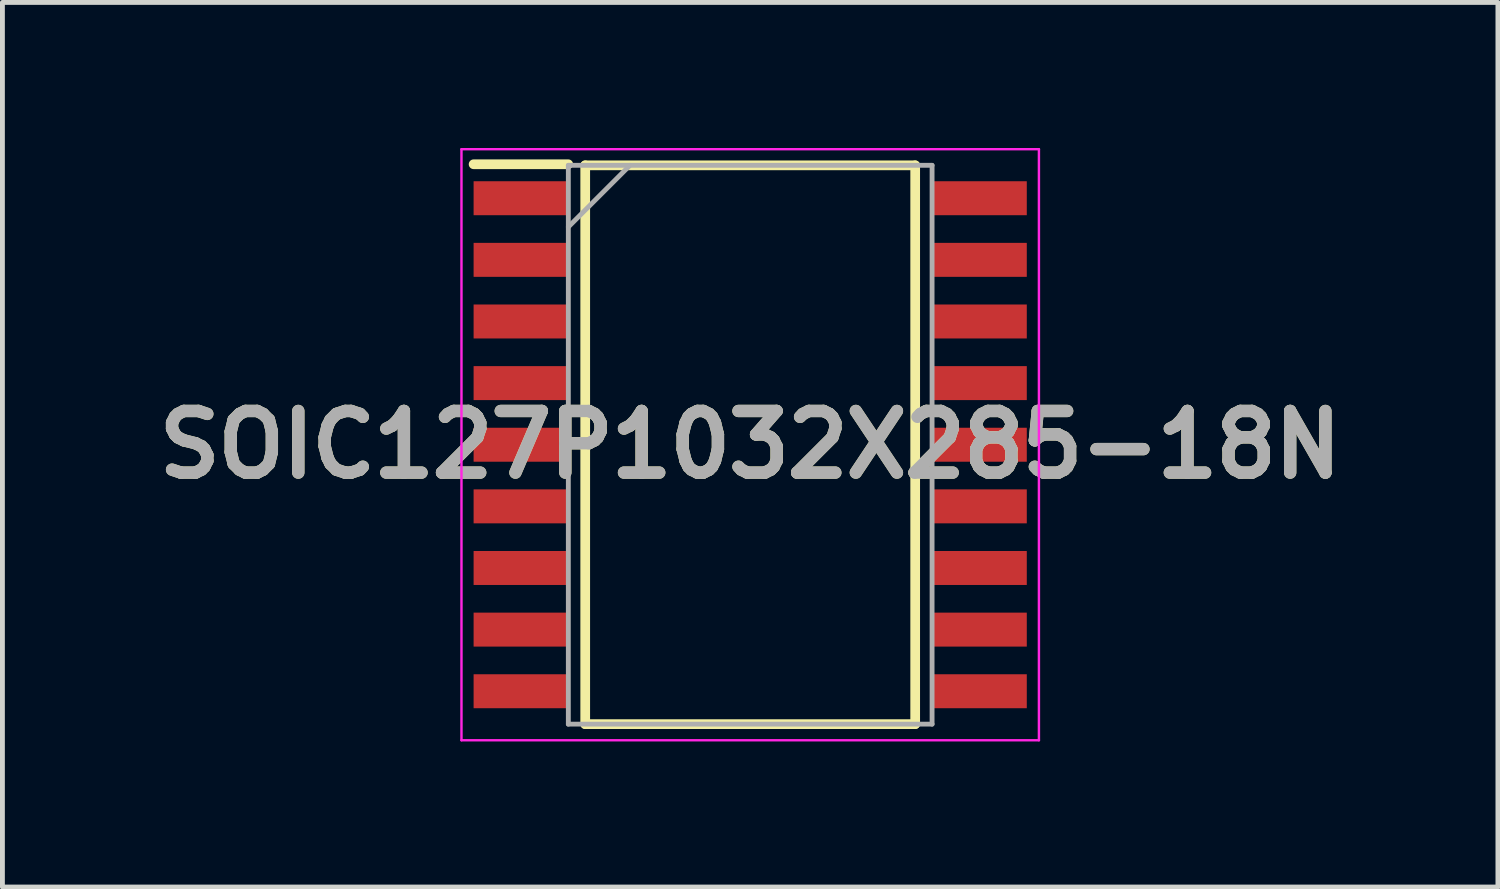
<source format=kicad_pcb>
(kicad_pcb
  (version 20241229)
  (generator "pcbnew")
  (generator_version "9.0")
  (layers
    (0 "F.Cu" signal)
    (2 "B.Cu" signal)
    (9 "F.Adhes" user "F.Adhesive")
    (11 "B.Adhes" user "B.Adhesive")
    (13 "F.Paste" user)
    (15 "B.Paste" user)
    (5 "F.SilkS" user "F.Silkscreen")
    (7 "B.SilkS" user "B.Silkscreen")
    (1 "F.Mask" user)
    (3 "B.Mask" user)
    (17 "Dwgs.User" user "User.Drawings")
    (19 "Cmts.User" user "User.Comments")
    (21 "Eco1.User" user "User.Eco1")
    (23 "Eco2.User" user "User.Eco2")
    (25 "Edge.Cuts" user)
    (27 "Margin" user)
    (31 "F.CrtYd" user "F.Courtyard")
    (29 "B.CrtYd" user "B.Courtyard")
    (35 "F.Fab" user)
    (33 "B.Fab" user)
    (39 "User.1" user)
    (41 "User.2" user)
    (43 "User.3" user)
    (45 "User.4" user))
  (footprint "SOIC127P1032X285-18N"
    (layer "F.Cu")
    (at 12.41 6.115)
    (property "Reference" "SOIC127P1032X285-18N" (at 0 0 0) (layer "F.SilkS") (effects (font (size 1.27 1.27) (thickness 0.254))))
    (attr smd)
    (fp_line (start -5.7 -5.78) (end -3.75 -5.78) (stroke (width 0.2) (type solid)) (layer "F.SilkS"))
    (fp_line (start -3.4 -5.758) (end 3.4 -5.758) (stroke (width 0.2) (type solid)) (layer "F.SilkS"))
    (fp_line (start -3.4 5.758) (end -3.4 -5.758) (stroke (width 0.2) (type solid)) (layer "F.SilkS"))
    (fp_line (start 3.4 -5.758) (end 3.4 5.758) (stroke (width 0.2) (type solid)) (layer "F.SilkS"))
    (fp_line (start 3.4 5.758) (end -3.4 5.758) (stroke (width 0.2) (type solid)) (layer "F.SilkS"))
    (fp_line (start -5.95 -6.09) (end 5.95 -6.09) (stroke (width 0.05) (type solid)) (layer "F.CrtYd"))
    (fp_line (start -5.95 6.09) (end -5.95 -6.09) (stroke (width 0.05) (type solid)) (layer "F.CrtYd"))
    (fp_line (start 5.95 -6.09) (end 5.95 6.09) (stroke (width 0.05) (type solid)) (layer "F.CrtYd"))
    (fp_line (start 5.95 6.09) (end -5.95 6.09) (stroke (width 0.05) (type solid)) (layer "F.CrtYd"))
    (fp_line (start -3.748 -5.758) (end 3.748 -5.758) (stroke (width 0.1) (type solid)) (layer "F.Fab"))
    (fp_line (start -3.748 -4.488) (end -2.478 -5.758) (stroke (width 0.1) (type solid)) (layer "F.Fab"))
    (fp_line (start -3.748 5.758) (end -3.748 -5.758) (stroke (width 0.1) (type solid)) (layer "F.Fab"))
    (fp_line (start 3.748 -5.758) (end 3.748 5.758) (stroke (width 0.1) (type solid)) (layer "F.Fab"))
    (fp_line (start 3.748 5.758) (end -3.748 5.758) (stroke (width 0.1) (type solid)) (layer "F.Fab"))
    (fp_text user "${REFERENCE}" (at 0 0 0) (layer "F.Fab") (effects (font (size 1.27 1.27) (thickness 0.254))))
    (pad "1" smd rect (at -4.725 -5.08 90) (size 0.7 1.95) (layers "F.Cu" "F.Mask" "F.Paste"))
    (pad "2" smd rect (at -4.725 -3.81 90) (size 0.7 1.95) (layers "F.Cu" "F.Mask" "F.Paste"))
    (pad "3" smd rect (at -4.725 -2.54 90) (size 0.7 1.95) (layers "F.Cu" "F.Mask" "F.Paste"))
    (pad "4" smd rect (at -4.725 -1.27 90) (size 0.7 1.95) (layers "F.Cu" "F.Mask" "F.Paste"))
    (pad "5" smd rect (at -4.725 0 90) (size 0.7 1.95) (layers "F.Cu" "F.Mask" "F.Paste"))
    (pad "6" smd rect (at -4.725 1.27 90) (size 0.7 1.95) (layers "F.Cu" "F.Mask" "F.Paste"))
    (pad "7" smd rect (at -4.725 2.54 90) (size 0.7 1.95) (layers "F.Cu" "F.Mask" "F.Paste"))
    (pad "8" smd rect (at -4.725 3.81 90) (size 0.7 1.95) (layers "F.Cu" "F.Mask" "F.Paste"))
    (pad "9" smd rect (at -4.725 5.08 90) (size 0.7 1.95) (layers "F.Cu" "F.Mask" "F.Paste"))
    (pad "10" smd rect (at 4.725 5.08 90) (size 0.7 1.95) (layers "F.Cu" "F.Mask" "F.Paste"))
    (pad "11" smd rect (at 4.725 3.81 90) (size 0.7 1.95) (layers "F.Cu" "F.Mask" "F.Paste"))
    (pad "12" smd rect (at 4.725 2.54 90) (size 0.7 1.95) (layers "F.Cu" "F.Mask" "F.Paste"))
    (pad "13" smd rect (at 4.725 1.27 90) (size 0.7 1.95) (layers "F.Cu" "F.Mask" "F.Paste"))
    (pad "14" smd rect (at 4.725 0 90) (size 0.7 1.95) (layers "F.Cu" "F.Mask" "F.Paste"))
    (pad "15" smd rect (at 4.725 -1.27 90) (size 0.7 1.95) (layers "F.Cu" "F.Mask" "F.Paste"))
    (pad "16" smd rect (at 4.725 -2.54 90) (size 0.7 1.95) (layers "F.Cu" "F.Mask" "F.Paste"))
    (pad "17" smd rect (at 4.725 -3.81 90) (size 0.7 1.95) (layers "F.Cu" "F.Mask" "F.Paste"))
    (pad "18" smd rect (at 4.725 -5.08 90) (size 0.7 1.95) (layers "F.Cu" "F.Mask" "F.Paste")))
  (gr_rect
    (start -3 -3)
    (end 27.819 15.23)
    (stroke (width 0.1) (type default))
    (fill no)
    (layer "Edge.Cuts")))
</source>
